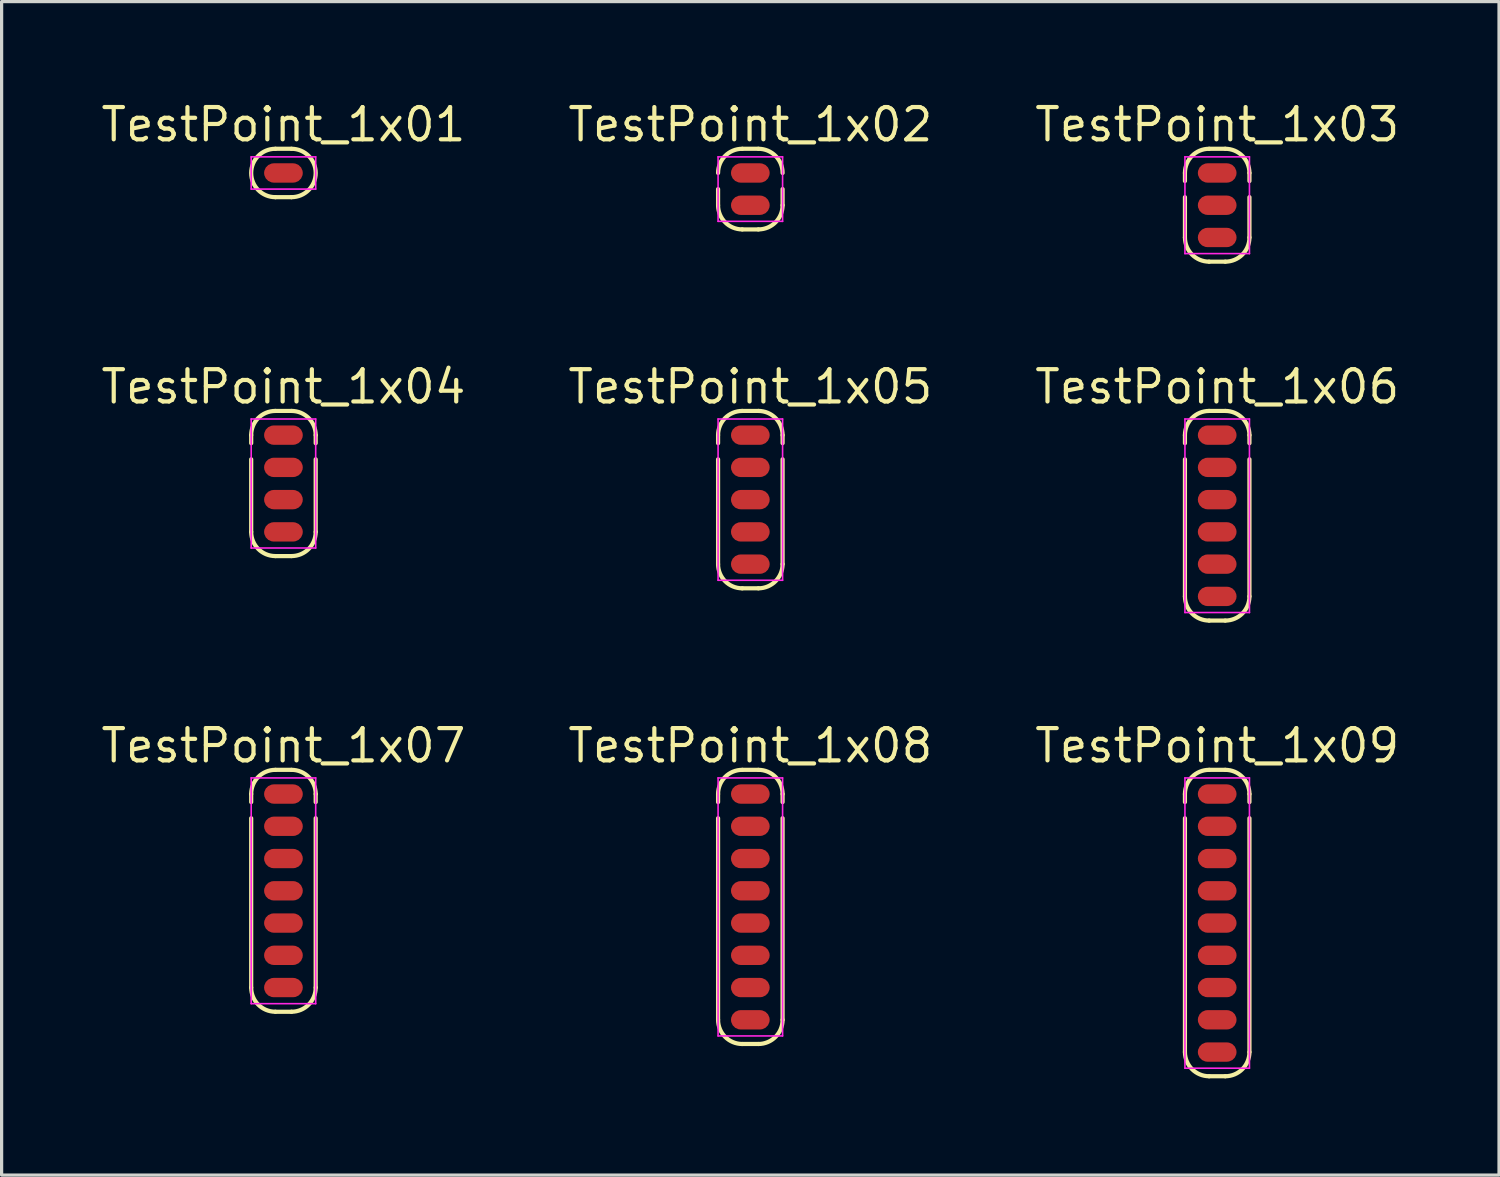
<source format=kicad_pcb>
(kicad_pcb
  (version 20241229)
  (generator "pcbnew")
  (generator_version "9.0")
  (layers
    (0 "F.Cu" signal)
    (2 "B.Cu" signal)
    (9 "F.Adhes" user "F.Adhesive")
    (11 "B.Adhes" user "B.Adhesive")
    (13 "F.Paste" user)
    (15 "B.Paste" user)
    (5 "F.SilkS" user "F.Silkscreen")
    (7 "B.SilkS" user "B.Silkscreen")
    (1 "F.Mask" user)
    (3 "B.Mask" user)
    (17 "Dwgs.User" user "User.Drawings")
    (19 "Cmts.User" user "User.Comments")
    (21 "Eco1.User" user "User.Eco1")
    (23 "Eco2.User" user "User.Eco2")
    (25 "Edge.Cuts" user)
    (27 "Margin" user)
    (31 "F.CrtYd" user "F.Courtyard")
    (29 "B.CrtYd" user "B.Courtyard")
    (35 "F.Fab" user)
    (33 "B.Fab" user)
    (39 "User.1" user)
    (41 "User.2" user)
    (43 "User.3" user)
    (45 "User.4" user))
  (footprint "TestPoint_1x05"
    (layer "F.Cu")
    (at 20.214 10.441)
    (property "Reference" "TestPoint_1x05" (at 0 -1.5 0) (layer "F.SilkS") (effects (font (size 1 1) (thickness 0.13))))
    (attr smd)
    (fp_line (start -1 0.25) (end -1 0) (stroke (width 0.13) (type solid)) (layer "F.SilkS"))
    (fp_line (start -1 4) (end -1 0.75) (stroke (width 0.13) (type solid)) (layer "F.SilkS"))
    (fp_line (start -0.25 -0.75) (end 0.25 -0.75) (stroke (width 0.13) (type solid)) (layer "F.SilkS"))
    (fp_line (start 0.25 4.75) (end -0.25 4.75) (stroke (width 0.13) (type solid)) (layer "F.SilkS"))
    (fp_line (start 1 0.25) (end 1 0) (stroke (width 0.13) (type solid)) (layer "F.SilkS"))
    (fp_line (start 1 0.75) (end 1 4) (stroke (width 0.13) (type solid)) (layer "F.SilkS"))
    (fp_arc (start -1 0) (mid -0.78033 -0.53033) (end -0.25 -0.75) (stroke (width 0.13) (type solid)) (layer "F.SilkS"))
    (fp_arc (start -0.25 4.75) (mid -0.78033 4.53033) (end -1 4) (stroke (width 0.13) (type solid)) (layer "F.SilkS"))
    (fp_arc (start 0.25 -0.75) (mid 0.78033 -0.53033) (end 1 0) (stroke (width 0.13) (type solid)) (layer "F.SilkS"))
    (fp_arc (start 1 4) (mid 0.78033 4.53033) (end 0.25 4.75) (stroke (width 0.13) (type solid)) (layer "F.SilkS"))
    (fp_line (start -1 -0.5) (end 1 -0.5) (stroke (width 0.05) (type solid)) (layer "F.CrtYd"))
    (fp_line (start -1 4.5) (end -1 -0.5) (stroke (width 0.05) (type solid)) (layer "F.CrtYd"))
    (fp_line (start 1 -0.5) (end 1 4.5) (stroke (width 0.05) (type solid)) (layer "F.CrtYd"))
    (fp_line (start 1 4.5) (end -1 4.5) (stroke (width 0.05) (type solid)) (layer "F.CrtYd"))
    (pad "1" smd roundrect (at 0 0) (size 1.2 0.6) (layers "F.Cu" "F.Mask") (roundrect_rratio 0.5))
    (pad "2" smd roundrect (at 0 1) (size 1.2 0.6) (layers "F.Cu" "F.Mask") (roundrect_rratio 0.5))
    (pad "3" smd roundrect (at 0 2) (size 1.2 0.6) (layers "F.Cu" "F.Mask") (roundrect_rratio 0.5))
    (pad "4" smd roundrect (at 0 3) (size 1.2 0.6) (layers "F.Cu" "F.Mask") (roundrect_rratio 0.5))
    (pad "5" smd roundrect (at 0 4) (size 1.2 0.6) (layers "F.Cu" "F.Mask") (roundrect_rratio 0.5)))
  (footprint "TestPoint_1x04"
    (layer "F.Cu")
    (at 5.738 10.441)
    (property "Reference" "TestPoint_1x04" (at 0 -1.5 0) (layer "F.SilkS") (effects (font (size 1 1) (thickness 0.13))))
    (attr smd)
    (fp_line (start -1 0.25) (end -1 0) (stroke (width 0.13) (type solid)) (layer "F.SilkS"))
    (fp_line (start -1 3) (end -1 0.75) (stroke (width 0.13) (type solid)) (layer "F.SilkS"))
    (fp_line (start -0.25 -0.75) (end 0.25 -0.75) (stroke (width 0.13) (type solid)) (layer "F.SilkS"))
    (fp_line (start 0.25 3.75) (end -0.25 3.75) (stroke (width 0.13) (type solid)) (layer "F.SilkS"))
    (fp_line (start 1 0.25) (end 1 0) (stroke (width 0.13) (type solid)) (layer "F.SilkS"))
    (fp_line (start 1 0.75) (end 1 3) (stroke (width 0.13) (type solid)) (layer "F.SilkS"))
    (fp_arc (start -1 0) (mid -0.78033 -0.53033) (end -0.25 -0.75) (stroke (width 0.13) (type solid)) (layer "F.SilkS"))
    (fp_arc (start -0.25 3.75) (mid -0.78033 3.53033) (end -1 3) (stroke (width 0.13) (type solid)) (layer "F.SilkS"))
    (fp_arc (start 0.25 -0.75) (mid 0.78033 -0.53033) (end 1 0) (stroke (width 0.13) (type solid)) (layer "F.SilkS"))
    (fp_arc (start 1 3) (mid 0.78033 3.53033) (end 0.25 3.75) (stroke (width 0.13) (type solid)) (layer "F.SilkS"))
    (fp_line (start -1 -0.5) (end 1 -0.5) (stroke (width 0.05) (type solid)) (layer "F.CrtYd"))
    (fp_line (start -1 3.5) (end -1 -0.5) (stroke (width 0.05) (type solid)) (layer "F.CrtYd"))
    (fp_line (start 1 -0.5) (end 1 3.5) (stroke (width 0.05) (type solid)) (layer "F.CrtYd"))
    (fp_line (start 1 3.5) (end -1 3.5) (stroke (width 0.05) (type solid)) (layer "F.CrtYd"))
    (pad "1" smd roundrect (at 0 0) (size 1.2 0.6) (layers "F.Cu" "F.Mask") (roundrect_rratio 0.5))
    (pad "2" smd roundrect (at 0 1) (size 1.2 0.6) (layers "F.Cu" "F.Mask") (roundrect_rratio 0.5))
    (pad "3" smd roundrect (at 0 2) (size 1.2 0.6) (layers "F.Cu" "F.Mask") (roundrect_rratio 0.5))
    (pad "4" smd roundrect (at 0 3) (size 1.2 0.6) (layers "F.Cu" "F.Mask") (roundrect_rratio 0.5)))
  (footprint "TestPoint_1x08"
    (layer "F.Cu")
    (at 20.214 21.569)
    (property "Reference" "TestPoint_1x08" (at 0 -1.5 0) (layer "F.SilkS") (effects (font (size 1 1) (thickness 0.13))))
    (attr smd)
    (fp_line (start -1 0.25) (end -1 0) (stroke (width 0.13) (type solid)) (layer "F.SilkS"))
    (fp_line (start -1 7) (end -1 0.75) (stroke (width 0.13) (type solid)) (layer "F.SilkS"))
    (fp_line (start -0.25 -0.75) (end 0.25 -0.75) (stroke (width 0.13) (type solid)) (layer "F.SilkS"))
    (fp_line (start 0.25 7.75) (end -0.25 7.75) (stroke (width 0.13) (type solid)) (layer "F.SilkS"))
    (fp_line (start 1 0.25) (end 1 0) (stroke (width 0.13) (type solid)) (layer "F.SilkS"))
    (fp_line (start 1 0.75) (end 1 7) (stroke (width 0.13) (type solid)) (layer "F.SilkS"))
    (fp_arc (start -1 0) (mid -0.78033 -0.53033) (end -0.25 -0.75) (stroke (width 0.13) (type solid)) (layer "F.SilkS"))
    (fp_arc (start -0.25 7.75) (mid -0.78033 7.53033) (end -1 7) (stroke (width 0.13) (type solid)) (layer "F.SilkS"))
    (fp_arc (start 0.25 -0.75) (mid 0.78033 -0.53033) (end 1 0) (stroke (width 0.13) (type solid)) (layer "F.SilkS"))
    (fp_arc (start 1 7) (mid 0.78033 7.53033) (end 0.25 7.75) (stroke (width 0.13) (type solid)) (layer "F.SilkS"))
    (fp_line (start -1 -0.5) (end 1 -0.5) (stroke (width 0.05) (type solid)) (layer "F.CrtYd"))
    (fp_line (start -1 7.5) (end -1 -0.5) (stroke (width 0.05) (type solid)) (layer "F.CrtYd"))
    (fp_line (start 1 -0.5) (end 1 7.5) (stroke (width 0.05) (type solid)) (layer "F.CrtYd"))
    (fp_line (start 1 7.5) (end -1 7.5) (stroke (width 0.05) (type solid)) (layer "F.CrtYd"))
    (pad "1" smd roundrect (at 0 0) (size 1.2 0.6) (layers "F.Cu" "F.Mask") (roundrect_rratio 0.5))
    (pad "2" smd roundrect (at 0 1) (size 1.2 0.6) (layers "F.Cu" "F.Mask") (roundrect_rratio 0.5))
    (pad "3" smd roundrect (at 0 2) (size 1.2 0.6) (layers "F.Cu" "F.Mask") (roundrect_rratio 0.5))
    (pad "4" smd roundrect (at 0 3) (size 1.2 0.6) (layers "F.Cu" "F.Mask") (roundrect_rratio 0.5))
    (pad "5" smd roundrect (at 0 4) (size 1.2 0.6) (layers "F.Cu" "F.Mask") (roundrect_rratio 0.5))
    (pad "6" smd roundrect (at 0 5) (size 1.2 0.6) (layers "F.Cu" "F.Mask") (roundrect_rratio 0.5))
    (pad "7" smd roundrect (at 0 6) (size 1.2 0.6) (layers "F.Cu" "F.Mask") (roundrect_rratio 0.5))
    (pad "8" smd roundrect (at 0 7) (size 1.2 0.6) (layers "F.Cu" "F.Mask") (roundrect_rratio 0.5)))
  (footprint "TestPoint_1x06"
    (layer "F.Cu")
    (at 34.689 10.441)
    (property "Reference" "TestPoint_1x06" (at 0 -1.5 0) (layer "F.SilkS") (effects (font (size 1 1) (thickness 0.13))))
    (attr smd)
    (fp_line (start -1 0.25) (end -1 0) (stroke (width 0.13) (type solid)) (layer "F.SilkS"))
    (fp_line (start -1 5) (end -1 0.75) (stroke (width 0.13) (type solid)) (layer "F.SilkS"))
    (fp_line (start -0.25 -0.75) (end 0.25 -0.75) (stroke (width 0.13) (type solid)) (layer "F.SilkS"))
    (fp_line (start 0.25 5.75) (end -0.25 5.75) (stroke (width 0.13) (type solid)) (layer "F.SilkS"))
    (fp_line (start 1 0.25) (end 1 0) (stroke (width 0.13) (type solid)) (layer "F.SilkS"))
    (fp_line (start 1 0.75) (end 1 5) (stroke (width 0.13) (type solid)) (layer "F.SilkS"))
    (fp_arc (start -1 0) (mid -0.78033 -0.53033) (end -0.25 -0.75) (stroke (width 0.13) (type solid)) (layer "F.SilkS"))
    (fp_arc (start -0.25 5.75) (mid -0.78033 5.53033) (end -1 5) (stroke (width 0.13) (type solid)) (layer "F.SilkS"))
    (fp_arc (start 0.25 -0.75) (mid 0.78033 -0.53033) (end 1 0) (stroke (width 0.13) (type solid)) (layer "F.SilkS"))
    (fp_arc (start 1 5) (mid 0.78033 5.53033) (end 0.25 5.75) (stroke (width 0.13) (type solid)) (layer "F.SilkS"))
    (fp_line (start -1 -0.5) (end 1 -0.5) (stroke (width 0.05) (type solid)) (layer "F.CrtYd"))
    (fp_line (start -1 5.5) (end -1 -0.5) (stroke (width 0.05) (type solid)) (layer "F.CrtYd"))
    (fp_line (start 1 -0.5) (end 1 5.5) (stroke (width 0.05) (type solid)) (layer "F.CrtYd"))
    (fp_line (start 1 5.5) (end -1 5.5) (stroke (width 0.05) (type solid)) (layer "F.CrtYd"))
    (pad "1" smd roundrect (at 0 0) (size 1.2 0.6) (layers "F.Cu" "F.Mask") (roundrect_rratio 0.5))
    (pad "2" smd roundrect (at 0 1) (size 1.2 0.6) (layers "F.Cu" "F.Mask") (roundrect_rratio 0.5))
    (pad "3" smd roundrect (at 0 2) (size 1.2 0.6) (layers "F.Cu" "F.Mask") (roundrect_rratio 0.5))
    (pad "4" smd roundrect (at 0 3) (size 1.2 0.6) (layers "F.Cu" "F.Mask") (roundrect_rratio 0.5))
    (pad "5" smd roundrect (at 0 4) (size 1.2 0.6) (layers "F.Cu" "F.Mask") (roundrect_rratio 0.5))
    (pad "6" smd roundrect (at 0 5) (size 1.2 0.6) (layers "F.Cu" "F.Mask") (roundrect_rratio 0.5)))
  (footprint "TestPoint_1x09"
    (layer "F.Cu")
    (at 34.689 21.569)
    (property "Reference" "TestPoint_1x09" (at 0 -1.5 0) (layer "F.SilkS") (effects (font (size 1 1) (thickness 0.13))))
    (attr smd)
    (fp_line (start -1 0.25) (end -1 0) (stroke (width 0.13) (type solid)) (layer "F.SilkS"))
    (fp_line (start -1 8) (end -1 0.75) (stroke (width 0.13) (type solid)) (layer "F.SilkS"))
    (fp_line (start -0.25 -0.75) (end 0.25 -0.75) (stroke (width 0.13) (type solid)) (layer "F.SilkS"))
    (fp_line (start 0.25 8.75) (end -0.25 8.75) (stroke (width 0.13) (type solid)) (layer "F.SilkS"))
    (fp_line (start 1 0.25) (end 1 0) (stroke (width 0.13) (type solid)) (layer "F.SilkS"))
    (fp_line (start 1 0.75) (end 1 8) (stroke (width 0.13) (type solid)) (layer "F.SilkS"))
    (fp_arc (start -1 0) (mid -0.78033 -0.53033) (end -0.25 -0.75) (stroke (width 0.13) (type solid)) (layer "F.SilkS"))
    (fp_arc (start -0.25 8.75) (mid -0.78033 8.53033) (end -1 8) (stroke (width 0.13) (type solid)) (layer "F.SilkS"))
    (fp_arc (start 0.25 -0.75) (mid 0.78033 -0.53033) (end 1 0) (stroke (width 0.13) (type solid)) (layer "F.SilkS"))
    (fp_arc (start 1 8) (mid 0.78033 8.53033) (end 0.25 8.75) (stroke (width 0.13) (type solid)) (layer "F.SilkS"))
    (fp_line (start -1 -0.5) (end 1 -0.5) (stroke (width 0.05) (type solid)) (layer "F.CrtYd"))
    (fp_line (start -1 8.5) (end -1 -0.5) (stroke (width 0.05) (type solid)) (layer "F.CrtYd"))
    (fp_line (start 1 -0.5) (end 1 8.5) (stroke (width 0.05) (type solid)) (layer "F.CrtYd"))
    (fp_line (start 1 8.5) (end -1 8.5) (stroke (width 0.05) (type solid)) (layer "F.CrtYd"))
    (pad "1" smd roundrect (at 0 0) (size 1.2 0.6) (layers "F.Cu" "F.Mask") (roundrect_rratio 0.5))
    (pad "2" smd roundrect (at 0 1) (size 1.2 0.6) (layers "F.Cu" "F.Mask") (roundrect_rratio 0.5))
    (pad "3" smd roundrect (at 0 2) (size 1.2 0.6) (layers "F.Cu" "F.Mask") (roundrect_rratio 0.5))
    (pad "4" smd roundrect (at 0 3) (size 1.2 0.6) (layers "F.Cu" "F.Mask") (roundrect_rratio 0.5))
    (pad "5" smd roundrect (at 0 4) (size 1.2 0.6) (layers "F.Cu" "F.Mask") (roundrect_rratio 0.5))
    (pad "6" smd roundrect (at 0 5) (size 1.2 0.6) (layers "F.Cu" "F.Mask") (roundrect_rratio 0.5))
    (pad "7" smd roundrect (at 0 6) (size 1.2 0.6) (layers "F.Cu" "F.Mask") (roundrect_rratio 0.5))
    (pad "8" smd roundrect (at 0 7) (size 1.2 0.6) (layers "F.Cu" "F.Mask") (roundrect_rratio 0.5))
    (pad "9" smd roundrect (at 0 8) (size 1.2 0.6) (layers "F.Cu" "F.Mask") (roundrect_rratio 0.5)))
  (footprint "TestPoint_1x01"
    (layer "F.Cu")
    (at 5.738 2.313)
    (property "Reference" "TestPoint_1x01" (at 0 -1.5 0) (layer "F.SilkS") (effects (font (size 1 1) (thickness 0.13))))
    (attr smd)
    (fp_line (start -0.25 -0.75) (end 0.25 -0.75) (stroke (width 0.13) (type solid)) (layer "F.SilkS"))
    (fp_line (start 0.25 0.75) (end -0.25 0.75) (stroke (width 0.13) (type solid)) (layer "F.SilkS"))
    (fp_arc (start -0.25 0.75) (mid -1 0) (end -0.25 -0.75) (stroke (width 0.13) (type solid)) (layer "F.SilkS"))
    (fp_arc (start 0.25 -0.75) (mid 1 0) (end 0.25 0.75) (stroke (width 0.13) (type solid)) (layer "F.SilkS"))
    (fp_line (start -1 -0.5) (end 1 -0.5) (stroke (width 0.05) (type solid)) (layer "F.CrtYd"))
    (fp_line (start -1 0.5) (end -1 -0.5) (stroke (width 0.05) (type solid)) (layer "F.CrtYd"))
    (fp_line (start 1 -0.5) (end 1 0.5) (stroke (width 0.05) (type solid)) (layer "F.CrtYd"))
    (fp_line (start 1 0.5) (end -1 0.5) (stroke (width 0.05) (type solid)) (layer "F.CrtYd"))
    (pad "1" smd roundrect (at 0 0) (size 1.2 0.6) (layers "F.Cu" "F.Mask") (roundrect_rratio 0.5)))
  (footprint "TestPoint_1x03"
    (layer "F.Cu")
    (at 34.689 2.313)
    (property "Reference" "TestPoint_1x03" (at 0 -1.5 0) (layer "F.SilkS") (effects (font (size 1 1) (thickness 0.13))))
    (attr smd)
    (fp_line (start -1 0.25) (end -1 0) (stroke (width 0.13) (type solid)) (layer "F.SilkS"))
    (fp_line (start -1 2) (end -1 0.75) (stroke (width 0.13) (type solid)) (layer "F.SilkS"))
    (fp_line (start -0.25 -0.75) (end 0.25 -0.75) (stroke (width 0.13) (type solid)) (layer "F.SilkS"))
    (fp_line (start 0.25 2.75) (end -0.25 2.75) (stroke (width 0.13) (type solid)) (layer "F.SilkS"))
    (fp_line (start 1 0.25) (end 1 0) (stroke (width 0.13) (type solid)) (layer "F.SilkS"))
    (fp_line (start 1 0.75) (end 1 2) (stroke (width 0.13) (type solid)) (layer "F.SilkS"))
    (fp_arc (start -1 0) (mid -0.78033 -0.53033) (end -0.25 -0.75) (stroke (width 0.13) (type solid)) (layer "F.SilkS"))
    (fp_arc (start -0.25 2.75) (mid -0.78033 2.53033) (end -1 2) (stroke (width 0.13) (type solid)) (layer "F.SilkS"))
    (fp_arc (start 0.25 -0.75) (mid 0.78033 -0.53033) (end 1 0) (stroke (width 0.13) (type solid)) (layer "F.SilkS"))
    (fp_arc (start 1 2) (mid 0.78033 2.53033) (end 0.25 2.75) (stroke (width 0.13) (type solid)) (layer "F.SilkS"))
    (fp_line (start -1 -0.5) (end 1 -0.5) (stroke (width 0.05) (type solid)) (layer "F.CrtYd"))
    (fp_line (start -1 2.5) (end -1 -0.5) (stroke (width 0.05) (type solid)) (layer "F.CrtYd"))
    (fp_line (start 1 -0.5) (end 1 2.5) (stroke (width 0.05) (type solid)) (layer "F.CrtYd"))
    (fp_line (start 1 2.5) (end -1 2.5) (stroke (width 0.05) (type solid)) (layer "F.CrtYd"))
    (pad "1" smd roundrect (at 0 0) (size 1.2 0.6) (layers "F.Cu" "F.Mask") (roundrect_rratio 0.5))
    (pad "2" smd roundrect (at 0 1) (size 1.2 0.6) (layers "F.Cu" "F.Mask") (roundrect_rratio 0.5))
    (pad "3" smd roundrect (at 0 2) (size 1.2 0.6) (layers "F.Cu" "F.Mask") (roundrect_rratio 0.5)))
  (footprint "TestPoint_1x02"
    (layer "F.Cu")
    (at 20.214 2.313)
    (property "Reference" "TestPoint_1x02" (at 0 -1.5 0) (layer "F.SilkS") (effects (font (size 1 1) (thickness 0.13))))
    (attr smd)
    (fp_line (start -1 1) (end -1 0.5) (stroke (width 0.13) (type solid)) (layer "F.SilkS"))
    (fp_line (start -0.25 -0.75) (end 0.25 -0.75) (stroke (width 0.13) (type solid)) (layer "F.SilkS"))
    (fp_line (start 0.25 1.75) (end -0.25 1.75) (stroke (width 0.13) (type solid)) (layer "F.SilkS"))
    (fp_line (start 1 0.5) (end 1 1) (stroke (width 0.13) (type solid)) (layer "F.SilkS"))
    (fp_arc (start -1 0) (mid -0.78033 -0.53033) (end -0.25 -0.75) (stroke (width 0.13) (type solid)) (layer "F.SilkS"))
    (fp_arc (start -0.25 1.75) (mid -0.78033 1.53033) (end -1 1) (stroke (width 0.13) (type solid)) (layer "F.SilkS"))
    (fp_arc (start 0.25 -0.75) (mid 0.78033 -0.53033) (end 1 0) (stroke (width 0.13) (type solid)) (layer "F.SilkS"))
    (fp_arc (start 1 1) (mid 0.78033 1.53033) (end 0.25 1.75) (stroke (width 0.13) (type solid)) (layer "F.SilkS"))
    (fp_line (start -1 -0.5) (end 1 -0.5) (stroke (width 0.05) (type solid)) (layer "F.CrtYd"))
    (fp_line (start -1 1.5) (end -1 -0.5) (stroke (width 0.05) (type solid)) (layer "F.CrtYd"))
    (fp_line (start 1 -0.5) (end 1 1.5) (stroke (width 0.05) (type solid)) (layer "F.CrtYd"))
    (fp_line (start 1 1.5) (end -1 1.5) (stroke (width 0.05) (type solid)) (layer "F.CrtYd"))
    (pad "1" smd roundrect (at 0 0) (size 1.2 0.6) (layers "F.Cu" "F.Mask") (roundrect_rratio 0.5))
    (pad "2" smd roundrect (at 0 1) (size 1.2 0.6) (layers "F.Cu" "F.Mask") (roundrect_rratio 0.5)))
  (footprint "TestPoint_1x07"
    (layer "F.Cu")
    (at 5.738 21.569)
    (property "Reference" "TestPoint_1x07" (at 0 -1.5 0) (layer "F.SilkS") (effects (font (size 1 1) (thickness 0.13))))
    (attr smd)
    (fp_line (start -1 0.25) (end -1 0) (stroke (width 0.13) (type solid)) (layer "F.SilkS"))
    (fp_line (start -1 6) (end -1 0.75) (stroke (width 0.13) (type solid)) (layer "F.SilkS"))
    (fp_line (start -0.25 -0.75) (end 0.25 -0.75) (stroke (width 0.13) (type solid)) (layer "F.SilkS"))
    (fp_line (start 0.25 6.75) (end -0.25 6.75) (stroke (width 0.13) (type solid)) (layer "F.SilkS"))
    (fp_line (start 1 0.25) (end 1 0) (stroke (width 0.13) (type solid)) (layer "F.SilkS"))
    (fp_line (start 1 0.75) (end 1 6) (stroke (width 0.13) (type solid)) (layer "F.SilkS"))
    (fp_arc (start -1 0) (mid -0.78033 -0.53033) (end -0.25 -0.75) (stroke (width 0.13) (type solid)) (layer "F.SilkS"))
    (fp_arc (start -0.25 6.75) (mid -0.78033 6.53033) (end -1 6) (stroke (width 0.13) (type solid)) (layer "F.SilkS"))
    (fp_arc (start 0.25 -0.75) (mid 0.78033 -0.53033) (end 1 0) (stroke (width 0.13) (type solid)) (layer "F.SilkS"))
    (fp_arc (start 1 6) (mid 0.78033 6.53033) (end 0.25 6.75) (stroke (width 0.13) (type solid)) (layer "F.SilkS"))
    (fp_line (start -1 -0.5) (end 1 -0.5) (stroke (width 0.05) (type solid)) (layer "F.CrtYd"))
    (fp_line (start -1 6.5) (end -1 -0.5) (stroke (width 0.05) (type solid)) (layer "F.CrtYd"))
    (fp_line (start 1 -0.5) (end 1 6.5) (stroke (width 0.05) (type solid)) (layer "F.CrtYd"))
    (fp_line (start 1 6.5) (end -1 6.5) (stroke (width 0.05) (type solid)) (layer "F.CrtYd"))
    (pad "1" smd roundrect (at 0 0) (size 1.2 0.6) (layers "F.Cu" "F.Mask") (roundrect_rratio 0.5))
    (pad "2" smd roundrect (at 0 1) (size 1.2 0.6) (layers "F.Cu" "F.Mask") (roundrect_rratio 0.5))
    (pad "3" smd roundrect (at 0 2) (size 1.2 0.6) (layers "F.Cu" "F.Mask") (roundrect_rratio 0.5))
    (pad "4" smd roundrect (at 0 3) (size 1.2 0.6) (layers "F.Cu" "F.Mask") (roundrect_rratio 0.5))
    (pad "5" smd roundrect (at 0 4) (size 1.2 0.6) (layers "F.Cu" "F.Mask") (roundrect_rratio 0.5))
    (pad "6" smd roundrect (at 0 5) (size 1.2 0.6) (layers "F.Cu" "F.Mask") (roundrect_rratio 0.5))
    (pad "7" smd roundrect (at 0 6) (size 1.2 0.6) (layers "F.Cu" "F.Mask") (roundrect_rratio 0.5)))
  (gr_rect
    (start -3 -3)
    (end 43.427 33.384)
    (stroke (width 0.1) (type default))
    (fill no)
    (layer "Edge.Cuts")))
</source>
